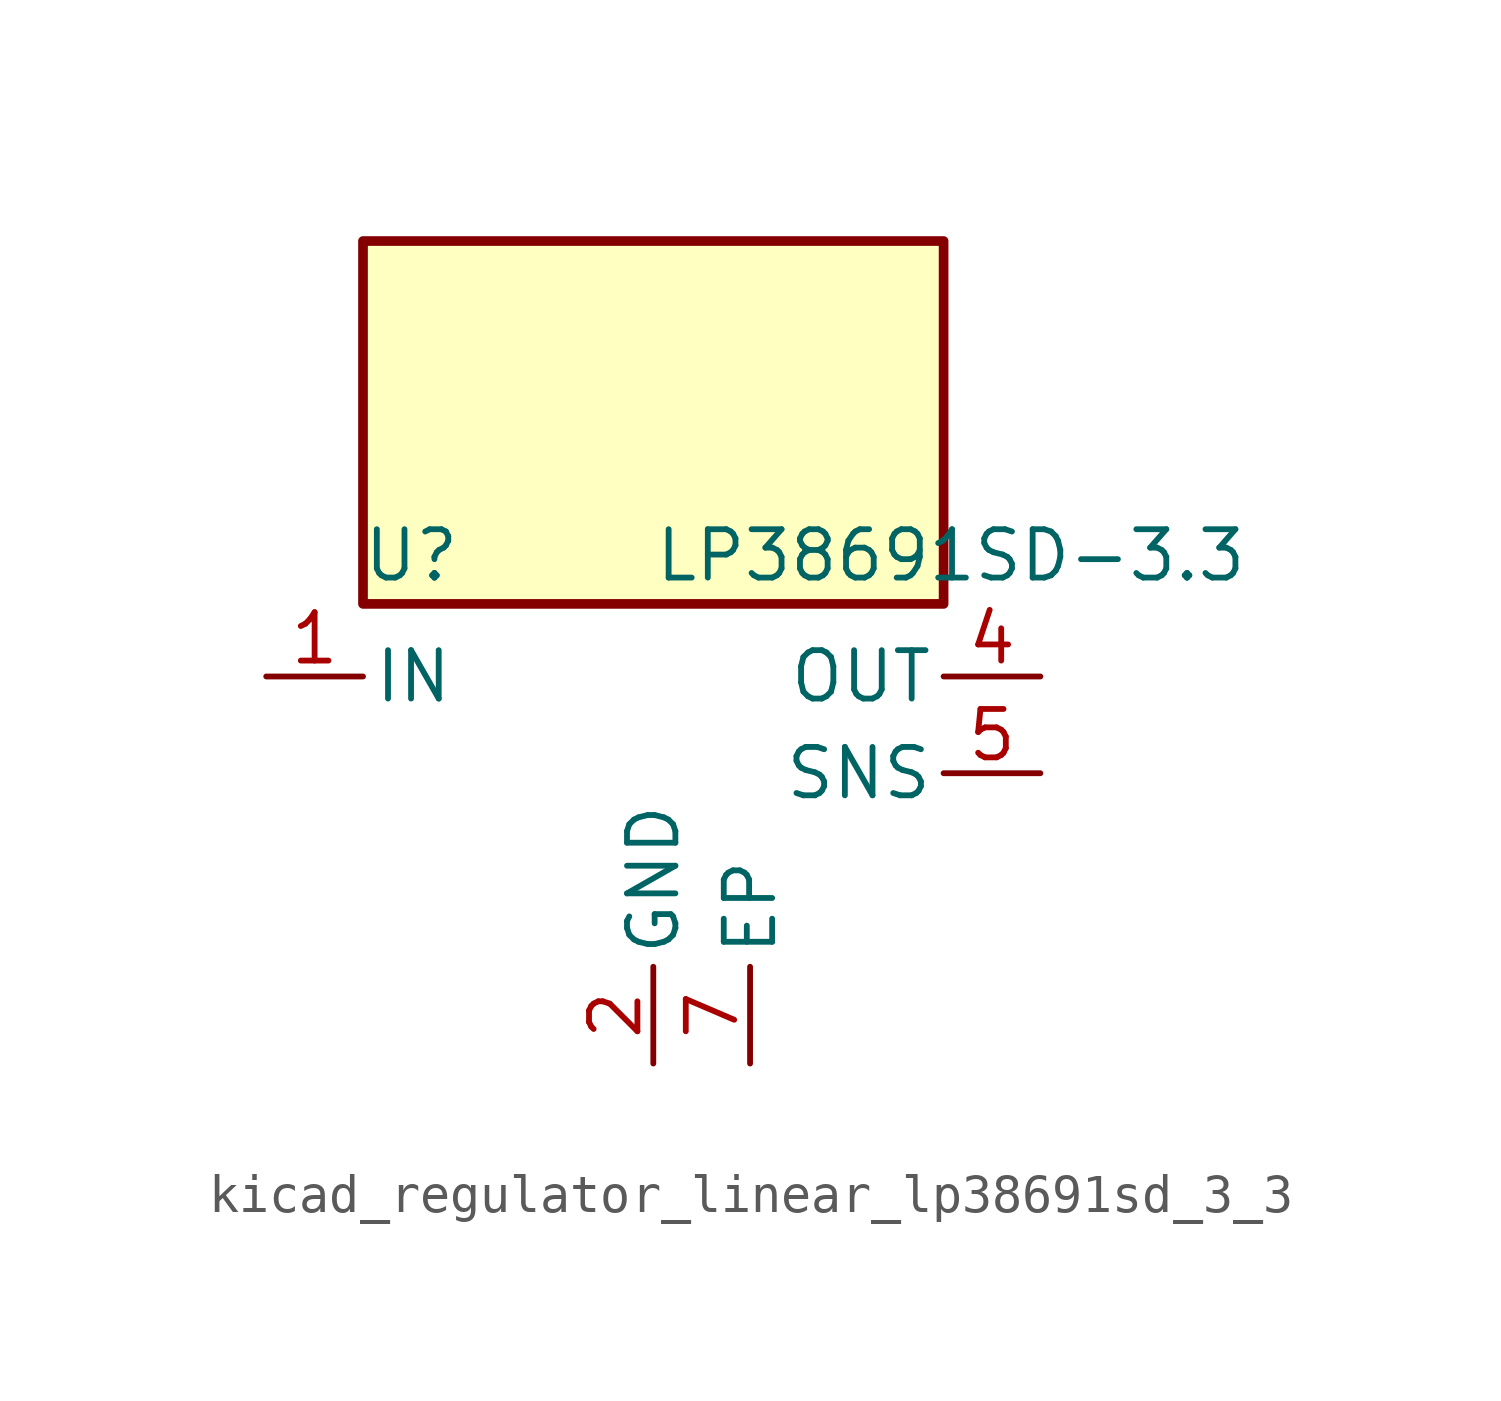
<source format=kicad_sym>
(kicad_symbol_lib
  (version 20220914)
  (generator kicad_symbol_editor)
  (symbol "kicad_regulator_linear_lp38691sd_3_3"
    (pin_names
      (offset 0.254))
    (property "Reference" "U"
      (at -6.35 5.715 0)
      (effects (font (size 1.27 1.27))))
    (property "Value" "LP38691SD-3.3"
      (at 0 5.715 0)
      (effects (font (size 1.27 1.27)) (justify left)))
    (symbol "kicad_regulator_linear_lp38691sd_3_3_0_1"
      (rectangle (start 7.62 13.97) (end -7.62 4.445) (stroke (width 0.254) (type default)) (fill (type background))))
    (symbol "kicad_regulator_linear_lp38691sd_3_3_1_1"
      (pin power_in line (at -10.16 2.54 0) (length 2.54) (name "IN" (effects (font (size 1.27 1.27)))) (number "1" (effects (font (size 1.27 1.27)))))
      (pin power_in line (at 0 -7.62 90) (length 2.54) (name "GND" (effects (font (size 1.27 1.27)))) (number "2" (effects (font (size 1.27 1.27)))))
      (pin no_connect line (at -7.62 0 0) (length 2.54) hide (name "NC" (effects (font (size 1.27 1.27)))) (number "3" (effects (font (size 1.27 1.27)))))
      (pin power_out line (at 10.16 2.54 180) (length 2.54) (name "OUT" (effects (font (size 1.27 1.27)))) (number "4" (effects (font (size 1.27 1.27)))))
      (pin input line (at 10.16 0 180) (length 2.54) (name "SNS" (effects (font (size 1.27 1.27)))) (number "5" (effects (font (size 1.27 1.27)))))
      (pin passive line (at -10.16 2.54 0) (length 2.54) hide (name "IN" (effects (font (size 1.27 1.27)))) (number "6" (effects (font (size 1.27 1.27)))))
      (pin passive line (at 2.54 -7.62 90) (length 2.54) (name "EP" (effects (font (size 1.27 1.27)))) (number "7" (effects (font (size 1.27 1.27))))))))
</source>
